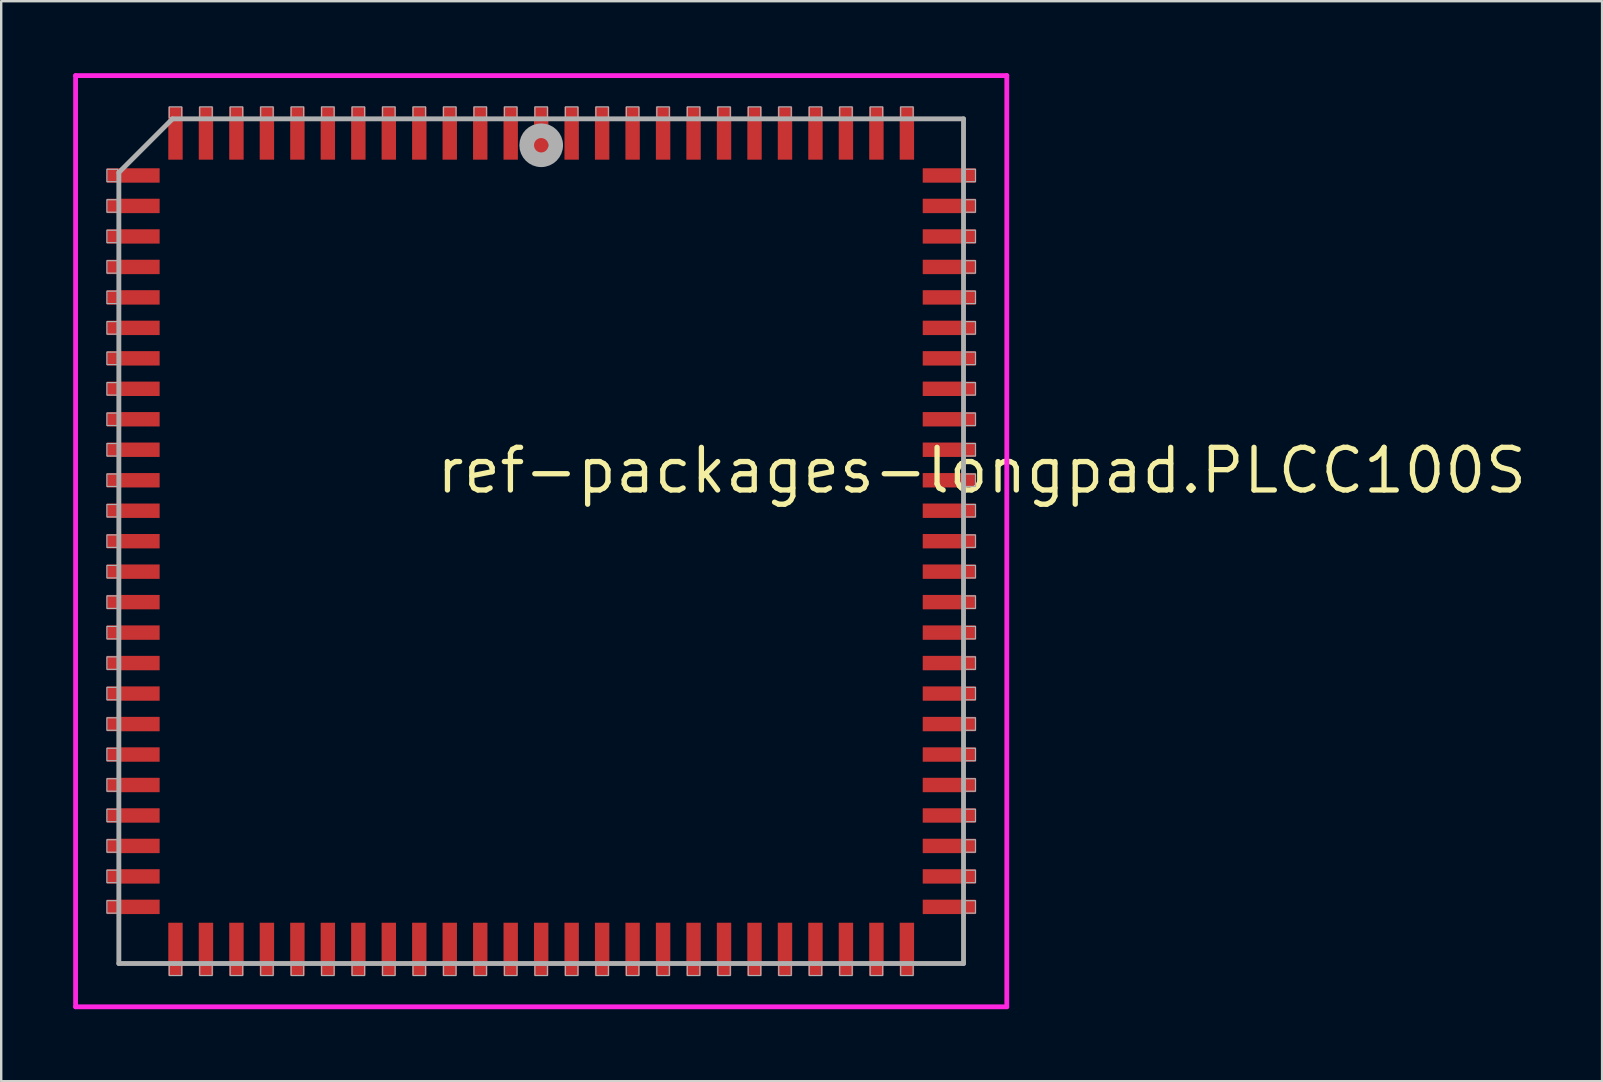
<source format=kicad_pcb>
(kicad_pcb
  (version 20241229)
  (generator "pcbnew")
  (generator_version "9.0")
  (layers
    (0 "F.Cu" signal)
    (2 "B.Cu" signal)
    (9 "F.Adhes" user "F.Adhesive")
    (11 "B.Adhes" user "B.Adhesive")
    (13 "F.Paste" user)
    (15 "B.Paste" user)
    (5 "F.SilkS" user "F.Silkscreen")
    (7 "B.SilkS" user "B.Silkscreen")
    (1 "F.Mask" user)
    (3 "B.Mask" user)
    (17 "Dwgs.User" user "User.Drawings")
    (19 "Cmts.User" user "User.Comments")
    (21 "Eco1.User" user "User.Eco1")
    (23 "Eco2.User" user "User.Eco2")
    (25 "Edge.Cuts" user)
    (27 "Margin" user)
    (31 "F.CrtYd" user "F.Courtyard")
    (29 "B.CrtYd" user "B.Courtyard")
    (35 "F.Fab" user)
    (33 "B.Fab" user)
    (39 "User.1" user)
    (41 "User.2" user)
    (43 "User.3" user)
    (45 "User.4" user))
  (footprint "ref-packages-longpad.PLCC100S"
    (layer "F.Cu")
    (at 19.503 19.503)
    (property "Reference" "ref-packages-longpad.PLCC100S" (at -4.475 -1.905 0) (layer "F.SilkS") (effects (font (size 1.778 1.778) (thickness 0.22)) (justify left bottom)))
    (attr smd)
    (fp_line (start -19.403 -19.403) (end 19.403 -19.403) (stroke (width 0.2) (type default)) (layer "F.CrtYd"))
    (fp_line (start -19.403 19.403) (end -19.403 -19.403) (stroke (width 0.2) (type default)) (layer "F.CrtYd"))
    (fp_line (start 19.403 -19.403) (end 19.403 19.403) (stroke (width 0.2) (type default)) (layer "F.CrtYd"))
    (fp_line (start 19.403 19.403) (end -19.403 19.403) (stroke (width 0.2) (type default)) (layer "F.CrtYd"))
    (fp_line (start -17.6 -15.365) (end -17.6 17.6) (stroke (width 0.203) (type default)) (layer "F.Fab"))
    (fp_line (start -17.6 17.6) (end 17.6 17.6) (stroke (width 0.203) (type default)) (layer "F.Fab"))
    (fp_line (start -15.365 -17.6) (end -17.6 -15.365) (stroke (width 0.203) (type default)) (layer "F.Fab"))
    (fp_line (start 17.6 -17.6) (end -15.365 -17.6) (stroke (width 0.203) (type default)) (layer "F.Fab"))
    (fp_line (start 17.6 17.6) (end 17.6 -17.6) (stroke (width 0.203) (type default)) (layer "F.Fab"))
    (fp_rect (start -18.1 -14.98) (end -17.65 -15.5) (stroke (width 0.05) (type default)) (fill no) (layer "F.Fab"))
    (fp_rect (start -18.1 -13.71) (end -17.65 -14.23) (stroke (width 0.05) (type default)) (fill no) (layer "F.Fab"))
    (fp_rect (start -18.1 -12.44) (end -17.65 -12.96) (stroke (width 0.05) (type default)) (fill no) (layer "F.Fab"))
    (fp_rect (start -18.1 -11.17) (end -17.65 -11.69) (stroke (width 0.05) (type default)) (fill no) (layer "F.Fab"))
    (fp_rect (start -18.1 -9.9) (end -17.65 -10.42) (stroke (width 0.05) (type default)) (fill no) (layer "F.Fab"))
    (fp_rect (start -18.1 -8.63) (end -17.65 -9.15) (stroke (width 0.05) (type default)) (fill no) (layer "F.Fab"))
    (fp_rect (start -18.1 -7.36) (end -17.65 -7.88) (stroke (width 0.05) (type default)) (fill no) (layer "F.Fab"))
    (fp_rect (start -18.1 -6.09) (end -17.65 -6.61) (stroke (width 0.05) (type default)) (fill no) (layer "F.Fab"))
    (fp_rect (start -18.1 -4.82) (end -17.65 -5.34) (stroke (width 0.05) (type default)) (fill no) (layer "F.Fab"))
    (fp_rect (start -18.1 -3.55) (end -17.65 -4.07) (stroke (width 0.05) (type default)) (fill no) (layer "F.Fab"))
    (fp_rect (start -18.1 -2.28) (end -17.65 -2.8) (stroke (width 0.05) (type default)) (fill no) (layer "F.Fab"))
    (fp_rect (start -18.1 -1.01) (end -17.65 -1.53) (stroke (width 0.05) (type default)) (fill no) (layer "F.Fab"))
    (fp_rect (start -18.1 0.26) (end -17.65 -0.26) (stroke (width 0.05) (type default)) (fill no) (layer "F.Fab"))
    (fp_rect (start -18.1 1.53) (end -17.65 1.01) (stroke (width 0.05) (type default)) (fill no) (layer "F.Fab"))
    (fp_rect (start -18.1 2.8) (end -17.65 2.28) (stroke (width 0.05) (type default)) (fill no) (layer "F.Fab"))
    (fp_rect (start -18.1 4.07) (end -17.65 3.55) (stroke (width 0.05) (type default)) (fill no) (layer "F.Fab"))
    (fp_rect (start -18.1 5.34) (end -17.65 4.82) (stroke (width 0.05) (type default)) (fill no) (layer "F.Fab"))
    (fp_rect (start -18.1 6.61) (end -17.65 6.09) (stroke (width 0.05) (type default)) (fill no) (layer "F.Fab"))
    (fp_rect (start -18.1 7.88) (end -17.65 7.36) (stroke (width 0.05) (type default)) (fill no) (layer "F.Fab"))
    (fp_rect (start -18.1 9.15) (end -17.65 8.63) (stroke (width 0.05) (type default)) (fill no) (layer "F.Fab"))
    (fp_rect (start -18.1 10.42) (end -17.65 9.9) (stroke (width 0.05) (type default)) (fill no) (layer "F.Fab"))
    (fp_rect (start -18.1 11.69) (end -17.65 11.17) (stroke (width 0.05) (type default)) (fill no) (layer "F.Fab"))
    (fp_rect (start -18.1 12.96) (end -17.65 12.44) (stroke (width 0.05) (type default)) (fill no) (layer "F.Fab"))
    (fp_rect (start -18.1 14.23) (end -17.65 13.71) (stroke (width 0.05) (type default)) (fill no) (layer "F.Fab"))
    (fp_rect (start -18.1 15.5) (end -17.65 14.98) (stroke (width 0.05) (type default)) (fill no) (layer "F.Fab"))
    (fp_rect (start -15.5 -17.65) (end -14.98 -18.1) (stroke (width 0.05) (type default)) (fill no) (layer "F.Fab"))
    (fp_rect (start -15.5 18.1) (end -14.98 17.65) (stroke (width 0.05) (type default)) (fill no) (layer "F.Fab"))
    (fp_rect (start -14.23 -17.65) (end -13.71 -18.1) (stroke (width 0.05) (type default)) (fill no) (layer "F.Fab"))
    (fp_rect (start -14.23 18.1) (end -13.71 17.65) (stroke (width 0.05) (type default)) (fill no) (layer "F.Fab"))
    (fp_rect (start -12.96 -17.65) (end -12.44 -18.1) (stroke (width 0.05) (type default)) (fill no) (layer "F.Fab"))
    (fp_rect (start -12.96 18.1) (end -12.44 17.65) (stroke (width 0.05) (type default)) (fill no) (layer "F.Fab"))
    (fp_rect (start -11.69 -17.65) (end -11.17 -18.1) (stroke (width 0.05) (type default)) (fill no) (layer "F.Fab"))
    (fp_rect (start -11.69 18.1) (end -11.17 17.65) (stroke (width 0.05) (type default)) (fill no) (layer "F.Fab"))
    (fp_rect (start -10.42 -17.65) (end -9.9 -18.1) (stroke (width 0.05) (type default)) (fill no) (layer "F.Fab"))
    (fp_rect (start -10.42 18.1) (end -9.9 17.65) (stroke (width 0.05) (type default)) (fill no) (layer "F.Fab"))
    (fp_rect (start -9.15 -17.65) (end -8.63 -18.1) (stroke (width 0.05) (type default)) (fill no) (layer "F.Fab"))
    (fp_rect (start -9.15 18.1) (end -8.63 17.65) (stroke (width 0.05) (type default)) (fill no) (layer "F.Fab"))
    (fp_rect (start -7.88 -17.65) (end -7.36 -18.1) (stroke (width 0.05) (type default)) (fill no) (layer "F.Fab"))
    (fp_rect (start -7.88 18.1) (end -7.36 17.65) (stroke (width 0.05) (type default)) (fill no) (layer "F.Fab"))
    (fp_rect (start -6.61 -17.65) (end -6.09 -18.1) (stroke (width 0.05) (type default)) (fill no) (layer "F.Fab"))
    (fp_rect (start -6.61 18.1) (end -6.09 17.65) (stroke (width 0.05) (type default)) (fill no) (layer "F.Fab"))
    (fp_rect (start -5.34 -17.65) (end -4.82 -18.1) (stroke (width 0.05) (type default)) (fill no) (layer "F.Fab"))
    (fp_rect (start -5.34 18.1) (end -4.82 17.65) (stroke (width 0.05) (type default)) (fill no) (layer "F.Fab"))
    (fp_rect (start -4.07 -17.65) (end -3.55 -18.1) (stroke (width 0.05) (type default)) (fill no) (layer "F.Fab"))
    (fp_rect (start -4.07 18.1) (end -3.55 17.65) (stroke (width 0.05) (type default)) (fill no) (layer "F.Fab"))
    (fp_rect (start -2.8 -17.65) (end -2.28 -18.1) (stroke (width 0.05) (type default)) (fill no) (layer "F.Fab"))
    (fp_rect (start -2.8 18.1) (end -2.28 17.65) (stroke (width 0.05) (type default)) (fill no) (layer "F.Fab"))
    (fp_rect (start -1.53 -17.65) (end -1.01 -18.1) (stroke (width 0.05) (type default)) (fill no) (layer "F.Fab"))
    (fp_rect (start -1.53 18.1) (end -1.01 17.65) (stroke (width 0.05) (type default)) (fill no) (layer "F.Fab"))
    (fp_rect (start -0.26 -17.65) (end 0.26 -18.1) (stroke (width 0.05) (type default)) (fill no) (layer "F.Fab"))
    (fp_rect (start -0.26 18.1) (end 0.26 17.65) (stroke (width 0.05) (type default)) (fill no) (layer "F.Fab"))
    (fp_rect (start 1.01 -17.65) (end 1.53 -18.1) (stroke (width 0.05) (type default)) (fill no) (layer "F.Fab"))
    (fp_rect (start 1.01 18.1) (end 1.53 17.65) (stroke (width 0.05) (type default)) (fill no) (layer "F.Fab"))
    (fp_rect (start 2.28 -17.65) (end 2.8 -18.1) (stroke (width 0.05) (type default)) (fill no) (layer "F.Fab"))
    (fp_rect (start 2.28 18.1) (end 2.8 17.65) (stroke (width 0.05) (type default)) (fill no) (layer "F.Fab"))
    (fp_rect (start 3.55 -17.65) (end 4.07 -18.1) (stroke (width 0.05) (type default)) (fill no) (layer "F.Fab"))
    (fp_rect (start 3.55 18.1) (end 4.07 17.65) (stroke (width 0.05) (type default)) (fill no) (layer "F.Fab"))
    (fp_rect (start 4.82 -17.65) (end 5.34 -18.1) (stroke (width 0.05) (type default)) (fill no) (layer "F.Fab"))
    (fp_rect (start 4.82 18.1) (end 5.34 17.65) (stroke (width 0.05) (type default)) (fill no) (layer "F.Fab"))
    (fp_rect (start 6.09 -17.65) (end 6.61 -18.1) (stroke (width 0.05) (type default)) (fill no) (layer "F.Fab"))
    (fp_rect (start 6.09 18.1) (end 6.61 17.65) (stroke (width 0.05) (type default)) (fill no) (layer "F.Fab"))
    (fp_rect (start 7.36 -17.65) (end 7.88 -18.1) (stroke (width 0.05) (type default)) (fill no) (layer "F.Fab"))
    (fp_rect (start 7.36 18.1) (end 7.88 17.65) (stroke (width 0.05) (type default)) (fill no) (layer "F.Fab"))
    (fp_rect (start 8.63 -17.65) (end 9.15 -18.1) (stroke (width 0.05) (type default)) (fill no) (layer "F.Fab"))
    (fp_rect (start 8.63 18.1) (end 9.15 17.65) (stroke (width 0.05) (type default)) (fill no) (layer "F.Fab"))
    (fp_rect (start 9.9 -17.65) (end 10.42 -18.1) (stroke (width 0.05) (type default)) (fill no) (layer "F.Fab"))
    (fp_rect (start 9.9 18.1) (end 10.42 17.65) (stroke (width 0.05) (type default)) (fill no) (layer "F.Fab"))
    (fp_rect (start 11.17 -17.65) (end 11.69 -18.1) (stroke (width 0.05) (type default)) (fill no) (layer "F.Fab"))
    (fp_rect (start 11.17 18.1) (end 11.69 17.65) (stroke (width 0.05) (type default)) (fill no) (layer "F.Fab"))
    (fp_rect (start 12.44 -17.65) (end 12.96 -18.1) (stroke (width 0.05) (type default)) (fill no) (layer "F.Fab"))
    (fp_rect (start 12.44 18.1) (end 12.96 17.65) (stroke (width 0.05) (type default)) (fill no) (layer "F.Fab"))
    (fp_rect (start 13.71 -17.65) (end 14.23 -18.1) (stroke (width 0.05) (type default)) (fill no) (layer "F.Fab"))
    (fp_rect (start 13.71 18.1) (end 14.23 17.65) (stroke (width 0.05) (type default)) (fill no) (layer "F.Fab"))
    (fp_rect (start 14.98 -17.65) (end 15.5 -18.1) (stroke (width 0.05) (type default)) (fill no) (layer "F.Fab"))
    (fp_rect (start 14.98 18.1) (end 15.5 17.65) (stroke (width 0.05) (type default)) (fill no) (layer "F.Fab"))
    (fp_rect (start 17.65 -14.98) (end 18.1 -15.5) (stroke (width 0.05) (type default)) (fill no) (layer "F.Fab"))
    (fp_rect (start 17.65 -13.71) (end 18.1 -14.23) (stroke (width 0.05) (type default)) (fill no) (layer "F.Fab"))
    (fp_rect (start 17.65 -12.44) (end 18.1 -12.96) (stroke (width 0.05) (type default)) (fill no) (layer "F.Fab"))
    (fp_rect (start 17.65 -11.17) (end 18.1 -11.69) (stroke (width 0.05) (type default)) (fill no) (layer "F.Fab"))
    (fp_rect (start 17.65 -9.9) (end 18.1 -10.42) (stroke (width 0.05) (type default)) (fill no) (layer "F.Fab"))
    (fp_rect (start 17.65 -8.63) (end 18.1 -9.15) (stroke (width 0.05) (type default)) (fill no) (layer "F.Fab"))
    (fp_rect (start 17.65 -7.36) (end 18.1 -7.88) (stroke (width 0.05) (type default)) (fill no) (layer "F.Fab"))
    (fp_rect (start 17.65 -6.09) (end 18.1 -6.61) (stroke (width 0.05) (type default)) (fill no) (layer "F.Fab"))
    (fp_rect (start 17.65 -4.82) (end 18.1 -5.34) (stroke (width 0.05) (type default)) (fill no) (layer "F.Fab"))
    (fp_rect (start 17.65 -3.55) (end 18.1 -4.07) (stroke (width 0.05) (type default)) (fill no) (layer "F.Fab"))
    (fp_rect (start 17.65 -2.28) (end 18.1 -2.8) (stroke (width 0.05) (type default)) (fill no) (layer "F.Fab"))
    (fp_rect (start 17.65 -1.01) (end 18.1 -1.53) (stroke (width 0.05) (type default)) (fill no) (layer "F.Fab"))
    (fp_rect (start 17.65 0.26) (end 18.1 -0.26) (stroke (width 0.05) (type default)) (fill no) (layer "F.Fab"))
    (fp_rect (start 17.65 1.53) (end 18.1 1.01) (stroke (width 0.05) (type default)) (fill no) (layer "F.Fab"))
    (fp_rect (start 17.65 2.8) (end 18.1 2.28) (stroke (width 0.05) (type default)) (fill no) (layer "F.Fab"))
    (fp_rect (start 17.65 4.07) (end 18.1 3.55) (stroke (width 0.05) (type default)) (fill no) (layer "F.Fab"))
    (fp_rect (start 17.65 5.34) (end 18.1 4.82) (stroke (width 0.05) (type default)) (fill no) (layer "F.Fab"))
    (fp_rect (start 17.65 6.61) (end 18.1 6.09) (stroke (width 0.05) (type default)) (fill no) (layer "F.Fab"))
    (fp_rect (start 17.65 7.88) (end 18.1 7.36) (stroke (width 0.05) (type default)) (fill no) (layer "F.Fab"))
    (fp_rect (start 17.65 9.15) (end 18.1 8.63) (stroke (width 0.05) (type default)) (fill no) (layer "F.Fab"))
    (fp_rect (start 17.65 10.42) (end 18.1 9.9) (stroke (width 0.05) (type default)) (fill no) (layer "F.Fab"))
    (fp_rect (start 17.65 11.69) (end 18.1 11.17) (stroke (width 0.05) (type default)) (fill no) (layer "F.Fab"))
    (fp_rect (start 17.65 12.96) (end 18.1 12.44) (stroke (width 0.05) (type default)) (fill no) (layer "F.Fab"))
    (fp_rect (start 17.65 14.23) (end 18.1 13.71) (stroke (width 0.05) (type default)) (fill no) (layer "F.Fab"))
    (fp_rect (start 17.65 15.5) (end 18.1 14.98) (stroke (width 0.05) (type default)) (fill no) (layer "F.Fab"))
    (fp_circle (center 0 -16.5) (end 0.3 -16.5) (stroke (width 0.61) (type default)) (fill no) (layer "F.Fab"))
    (pad "1" smd roundrect (at 0 -17) (size 0.6 2.2) (layers "F.Cu" "F.Mask" "F.Paste") (roundrect_rratio 0.01))
    (pad "2" smd roundrect (at -1.27 -17) (size 0.6 2.2) (layers "F.Cu" "F.Mask" "F.Paste") (roundrect_rratio 0.01))
    (pad "3" smd roundrect (at -2.54 -17) (size 0.6 2.2) (layers "F.Cu" "F.Mask" "F.Paste") (roundrect_rratio 0.01))
    (pad "4" smd roundrect (at -3.81 -17) (size 0.6 2.2) (layers "F.Cu" "F.Mask" "F.Paste") (roundrect_rratio 0.01))
    (pad "5" smd roundrect (at -5.08 -17) (size 0.6 2.2) (layers "F.Cu" "F.Mask" "F.Paste") (roundrect_rratio 0.01))
    (pad "6" smd roundrect (at -6.35 -17) (size 0.6 2.2) (layers "F.Cu" "F.Mask" "F.Paste") (roundrect_rratio 0.01))
    (pad "7" smd roundrect (at -7.62 -17) (size 0.6 2.2) (layers "F.Cu" "F.Mask" "F.Paste") (roundrect_rratio 0.01))
    (pad "8" smd roundrect (at -8.89 -17) (size 0.6 2.2) (layers "F.Cu" "F.Mask" "F.Paste") (roundrect_rratio 0.01))
    (pad "9" smd roundrect (at -10.16 -17) (size 0.6 2.2) (layers "F.Cu" "F.Mask" "F.Paste") (roundrect_rratio 0.01))
    (pad "10" smd roundrect (at -11.43 -17) (size 0.6 2.2) (layers "F.Cu" "F.Mask" "F.Paste") (roundrect_rratio 0.01))
    (pad "11" smd roundrect (at -12.7 -17) (size 0.6 2.2) (layers "F.Cu" "F.Mask" "F.Paste") (roundrect_rratio 0.01))
    (pad "12" smd roundrect (at -13.97 -17) (size 0.6 2.2) (layers "F.Cu" "F.Mask" "F.Paste") (roundrect_rratio 0.01))
    (pad "13" smd roundrect (at -15.24 -17) (size 0.6 2.2) (layers "F.Cu" "F.Mask" "F.Paste") (roundrect_rratio 0.01))
    (pad "14" smd roundrect (at -17 -15.24) (size 2.2 0.6) (layers "F.Cu" "F.Mask" "F.Paste") (roundrect_rratio 0.01))
    (pad "15" smd roundrect (at -17 -13.97) (size 2.2 0.6) (layers "F.Cu" "F.Mask" "F.Paste") (roundrect_rratio 0.01))
    (pad "16" smd roundrect (at -17 -12.7) (size 2.2 0.6) (layers "F.Cu" "F.Mask" "F.Paste") (roundrect_rratio 0.01))
    (pad "17" smd roundrect (at -17 -11.43) (size 2.2 0.6) (layers "F.Cu" "F.Mask" "F.Paste") (roundrect_rratio 0.01))
    (pad "18" smd roundrect (at -17 -10.16) (size 2.2 0.6) (layers "F.Cu" "F.Mask" "F.Paste") (roundrect_rratio 0.01))
    (pad "19" smd roundrect (at -17 -8.89) (size 2.2 0.6) (layers "F.Cu" "F.Mask" "F.Paste") (roundrect_rratio 0.01))
    (pad "20" smd roundrect (at -17 -7.62) (size 2.2 0.6) (layers "F.Cu" "F.Mask" "F.Paste") (roundrect_rratio 0.01))
    (pad "21" smd roundrect (at -17 -6.35) (size 2.2 0.6) (layers "F.Cu" "F.Mask" "F.Paste") (roundrect_rratio 0.01))
    (pad "22" smd roundrect (at -17 -5.08) (size 2.2 0.6) (layers "F.Cu" "F.Mask" "F.Paste") (roundrect_rratio 0.01))
    (pad "23" smd roundrect (at -17 -3.81) (size 2.2 0.6) (layers "F.Cu" "F.Mask" "F.Paste") (roundrect_rratio 0.01))
    (pad "24" smd roundrect (at -17 -2.54) (size 2.2 0.6) (layers "F.Cu" "F.Mask" "F.Paste") (roundrect_rratio 0.01))
    (pad "25" smd roundrect (at -17 -1.27) (size 2.2 0.6) (layers "F.Cu" "F.Mask" "F.Paste") (roundrect_rratio 0.01))
    (pad "26" smd roundrect (at -17 0) (size 2.2 0.6) (layers "F.Cu" "F.Mask" "F.Paste") (roundrect_rratio 0.01))
    (pad "27" smd roundrect (at -17 1.27) (size 2.2 0.6) (layers "F.Cu" "F.Mask" "F.Paste") (roundrect_rratio 0.01))
    (pad "28" smd roundrect (at -17 2.54) (size 2.2 0.6) (layers "F.Cu" "F.Mask" "F.Paste") (roundrect_rratio 0.01))
    (pad "29" smd roundrect (at -17 3.81) (size 2.2 0.6) (layers "F.Cu" "F.Mask" "F.Paste") (roundrect_rratio 0.01))
    (pad "30" smd roundrect (at -17 5.08) (size 2.2 0.6) (layers "F.Cu" "F.Mask" "F.Paste") (roundrect_rratio 0.01))
    (pad "31" smd roundrect (at -17 6.35) (size 2.2 0.6) (layers "F.Cu" "F.Mask" "F.Paste") (roundrect_rratio 0.01))
    (pad "32" smd roundrect (at -17 7.62) (size 2.2 0.6) (layers "F.Cu" "F.Mask" "F.Paste") (roundrect_rratio 0.01))
    (pad "33" smd roundrect (at -17 8.89) (size 2.2 0.6) (layers "F.Cu" "F.Mask" "F.Paste") (roundrect_rratio 0.01))
    (pad "34" smd roundrect (at -17 10.16) (size 2.2 0.6) (layers "F.Cu" "F.Mask" "F.Paste") (roundrect_rratio 0.01))
    (pad "35" smd roundrect (at -17 11.43) (size 2.2 0.6) (layers "F.Cu" "F.Mask" "F.Paste") (roundrect_rratio 0.01))
    (pad "36" smd roundrect (at -17 12.7) (size 2.2 0.6) (layers "F.Cu" "F.Mask" "F.Paste") (roundrect_rratio 0.01))
    (pad "37" smd roundrect (at -17 13.97) (size 2.2 0.6) (layers "F.Cu" "F.Mask" "F.Paste") (roundrect_rratio 0.01))
    (pad "38" smd roundrect (at -17 15.24) (size 2.2 0.6) (layers "F.Cu" "F.Mask" "F.Paste") (roundrect_rratio 0.01))
    (pad "39" smd roundrect (at -15.24 17) (size 0.6 2.2) (layers "F.Cu" "F.Mask" "F.Paste") (roundrect_rratio 0.01))
    (pad "40" smd roundrect (at -13.97 17) (size 0.6 2.2) (layers "F.Cu" "F.Mask" "F.Paste") (roundrect_rratio 0.01))
    (pad "41" smd roundrect (at -12.7 17) (size 0.6 2.2) (layers "F.Cu" "F.Mask" "F.Paste") (roundrect_rratio 0.01))
    (pad "42" smd roundrect (at -11.43 17) (size 0.6 2.2) (layers "F.Cu" "F.Mask" "F.Paste") (roundrect_rratio 0.01))
    (pad "43" smd roundrect (at -10.16 17) (size 0.6 2.2) (layers "F.Cu" "F.Mask" "F.Paste") (roundrect_rratio 0.01))
    (pad "44" smd roundrect (at -8.89 17) (size 0.6 2.2) (layers "F.Cu" "F.Mask" "F.Paste") (roundrect_rratio 0.01))
    (pad "45" smd roundrect (at -7.62 17) (size 0.6 2.2) (layers "F.Cu" "F.Mask" "F.Paste") (roundrect_rratio 0.01))
    (pad "46" smd roundrect (at -6.35 17) (size 0.6 2.2) (layers "F.Cu" "F.Mask" "F.Paste") (roundrect_rratio 0.01))
    (pad "47" smd roundrect (at -5.08 17) (size 0.6 2.2) (layers "F.Cu" "F.Mask" "F.Paste") (roundrect_rratio 0.01))
    (pad "48" smd roundrect (at -3.81 17) (size 0.6 2.2) (layers "F.Cu" "F.Mask" "F.Paste") (roundrect_rratio 0.01))
    (pad "49" smd roundrect (at -2.54 17) (size 0.6 2.2) (layers "F.Cu" "F.Mask" "F.Paste") (roundrect_rratio 0.01))
    (pad "50" smd roundrect (at -1.27 17) (size 0.6 2.2) (layers "F.Cu" "F.Mask" "F.Paste") (roundrect_rratio 0.01))
    (pad "51" smd roundrect (at 0 17) (size 0.6 2.2) (layers "F.Cu" "F.Mask" "F.Paste") (roundrect_rratio 0.01))
    (pad "52" smd roundrect (at 1.27 17) (size 0.6 2.2) (layers "F.Cu" "F.Mask" "F.Paste") (roundrect_rratio 0.01))
    (pad "53" smd roundrect (at 2.54 17) (size 0.6 2.2) (layers "F.Cu" "F.Mask" "F.Paste") (roundrect_rratio 0.01))
    (pad "54" smd roundrect (at 3.81 17) (size 0.6 2.2) (layers "F.Cu" "F.Mask" "F.Paste") (roundrect_rratio 0.01))
    (pad "55" smd roundrect (at 5.08 17) (size 0.6 2.2) (layers "F.Cu" "F.Mask" "F.Paste") (roundrect_rratio 0.01))
    (pad "56" smd roundrect (at 6.35 17) (size 0.6 2.2) (layers "F.Cu" "F.Mask" "F.Paste") (roundrect_rratio 0.01))
    (pad "57" smd roundrect (at 7.62 17) (size 0.6 2.2) (layers "F.Cu" "F.Mask" "F.Paste") (roundrect_rratio 0.01))
    (pad "58" smd roundrect (at 8.89 17) (size 0.6 2.2) (layers "F.Cu" "F.Mask" "F.Paste") (roundrect_rratio 0.01))
    (pad "59" smd roundrect (at 10.16 17) (size 0.6 2.2) (layers "F.Cu" "F.Mask" "F.Paste") (roundrect_rratio 0.01))
    (pad "60" smd roundrect (at 11.43 17) (size 0.6 2.2) (layers "F.Cu" "F.Mask" "F.Paste") (roundrect_rratio 0.01))
    (pad "61" smd roundrect (at 12.7 17) (size 0.6 2.2) (layers "F.Cu" "F.Mask" "F.Paste") (roundrect_rratio 0.01))
    (pad "62" smd roundrect (at 13.97 17) (size 0.6 2.2) (layers "F.Cu" "F.Mask" "F.Paste") (roundrect_rratio 0.01))
    (pad "63" smd roundrect (at 15.24 17) (size 0.6 2.2) (layers "F.Cu" "F.Mask" "F.Paste") (roundrect_rratio 0.01))
    (pad "64" smd roundrect (at 17 15.24) (size 2.2 0.6) (layers "F.Cu" "F.Mask" "F.Paste") (roundrect_rratio 0.01))
    (pad "65" smd roundrect (at 17 13.97) (size 2.2 0.6) (layers "F.Cu" "F.Mask" "F.Paste") (roundrect_rratio 0.01))
    (pad "66" smd roundrect (at 17 12.7) (size 2.2 0.6) (layers "F.Cu" "F.Mask" "F.Paste") (roundrect_rratio 0.01))
    (pad "67" smd roundrect (at 17 11.43) (size 2.2 0.6) (layers "F.Cu" "F.Mask" "F.Paste") (roundrect_rratio 0.01))
    (pad "68" smd roundrect (at 17 10.16) (size 2.2 0.6) (layers "F.Cu" "F.Mask" "F.Paste") (roundrect_rratio 0.01))
    (pad "69" smd roundrect (at 17 8.89) (size 2.2 0.6) (layers "F.Cu" "F.Mask" "F.Paste") (roundrect_rratio 0.01))
    (pad "70" smd roundrect (at 17 7.62) (size 2.2 0.6) (layers "F.Cu" "F.Mask" "F.Paste") (roundrect_rratio 0.01))
    (pad "71" smd roundrect (at 17 6.35) (size 2.2 0.6) (layers "F.Cu" "F.Mask" "F.Paste") (roundrect_rratio 0.01))
    (pad "72" smd roundrect (at 17 5.08) (size 2.2 0.6) (layers "F.Cu" "F.Mask" "F.Paste") (roundrect_rratio 0.01))
    (pad "73" smd roundrect (at 17 3.81) (size 2.2 0.6) (layers "F.Cu" "F.Mask" "F.Paste") (roundrect_rratio 0.01))
    (pad "74" smd roundrect (at 17 2.54) (size 2.2 0.6) (layers "F.Cu" "F.Mask" "F.Paste") (roundrect_rratio 0.01))
    (pad "75" smd roundrect (at 17 1.27) (size 2.2 0.6) (layers "F.Cu" "F.Mask" "F.Paste") (roundrect_rratio 0.01))
    (pad "76" smd roundrect (at 17 0) (size 2.2 0.6) (layers "F.Cu" "F.Mask" "F.Paste") (roundrect_rratio 0.01))
    (pad "77" smd roundrect (at 17 -1.27) (size 2.2 0.6) (layers "F.Cu" "F.Mask" "F.Paste") (roundrect_rratio 0.01))
    (pad "78" smd roundrect (at 17 -2.54) (size 2.2 0.6) (layers "F.Cu" "F.Mask" "F.Paste") (roundrect_rratio 0.01))
    (pad "79" smd roundrect (at 17 -3.81) (size 2.2 0.6) (layers "F.Cu" "F.Mask" "F.Paste") (roundrect_rratio 0.01))
    (pad "80" smd roundrect (at 17 -5.08) (size 2.2 0.6) (layers "F.Cu" "F.Mask" "F.Paste") (roundrect_rratio 0.01))
    (pad "81" smd roundrect (at 17 -6.35) (size 2.2 0.6) (layers "F.Cu" "F.Mask" "F.Paste") (roundrect_rratio 0.01))
    (pad "82" smd roundrect (at 17 -7.62) (size 2.2 0.6) (layers "F.Cu" "F.Mask" "F.Paste") (roundrect_rratio 0.01))
    (pad "83" smd roundrect (at 17 -8.89) (size 2.2 0.6) (layers "F.Cu" "F.Mask" "F.Paste") (roundrect_rratio 0.01))
    (pad "84" smd roundrect (at 17 -10.16) (size 2.2 0.6) (layers "F.Cu" "F.Mask" "F.Paste") (roundrect_rratio 0.01))
    (pad "85" smd roundrect (at 17 -11.43) (size 2.2 0.6) (layers "F.Cu" "F.Mask" "F.Paste") (roundrect_rratio 0.01))
    (pad "86" smd roundrect (at 17 -12.7) (size 2.2 0.6) (layers "F.Cu" "F.Mask" "F.Paste") (roundrect_rratio 0.01))
    (pad "87" smd roundrect (at 17 -13.97) (size 2.2 0.6) (layers "F.Cu" "F.Mask" "F.Paste") (roundrect_rratio 0.01))
    (pad "88" smd roundrect (at 17 -15.24) (size 2.2 0.6) (layers "F.Cu" "F.Mask" "F.Paste") (roundrect_rratio 0.01))
    (pad "89" smd roundrect (at 15.24 -17) (size 0.6 2.2) (layers "F.Cu" "F.Mask" "F.Paste") (roundrect_rratio 0.01))
    (pad "90" smd roundrect (at 13.97 -17) (size 0.6 2.2) (layers "F.Cu" "F.Mask" "F.Paste") (roundrect_rratio 0.01))
    (pad "91" smd roundrect (at 12.7 -17) (size 0.6 2.2) (layers "F.Cu" "F.Mask" "F.Paste") (roundrect_rratio 0.01))
    (pad "92" smd roundrect (at 11.43 -17) (size 0.6 2.2) (layers "F.Cu" "F.Mask" "F.Paste") (roundrect_rratio 0.01))
    (pad "93" smd roundrect (at 10.16 -17) (size 0.6 2.2) (layers "F.Cu" "F.Mask" "F.Paste") (roundrect_rratio 0.01))
    (pad "94" smd roundrect (at 8.89 -17) (size 0.6 2.2) (layers "F.Cu" "F.Mask" "F.Paste") (roundrect_rratio 0.01))
    (pad "95" smd roundrect (at 7.62 -17) (size 0.6 2.2) (layers "F.Cu" "F.Mask" "F.Paste") (roundrect_rratio 0.01))
    (pad "96" smd roundrect (at 6.35 -17) (size 0.6 2.2) (layers "F.Cu" "F.Mask" "F.Paste") (roundrect_rratio 0.01))
    (pad "97" smd roundrect (at 5.08 -17) (size 0.6 2.2) (layers "F.Cu" "F.Mask" "F.Paste") (roundrect_rratio 0.01))
    (pad "98" smd roundrect (at 3.81 -17) (size 0.6 2.2) (layers "F.Cu" "F.Mask" "F.Paste") (roundrect_rratio 0.01))
    (pad "99" smd roundrect (at 2.54 -17) (size 0.6 2.2) (layers "F.Cu" "F.Mask" "F.Paste") (roundrect_rratio 0.01))
    (pad "100" smd roundrect (at 1.27 -17) (size 0.6 2.2) (layers "F.Cu" "F.Mask" "F.Paste") (roundrect_rratio 0.01)))
  (gr_rect
    (start -3 -3)
    (end 63.714 42.006)
    (stroke (width 0.1) (type default))
    (fill no)
    (layer "Edge.Cuts")))
</source>
